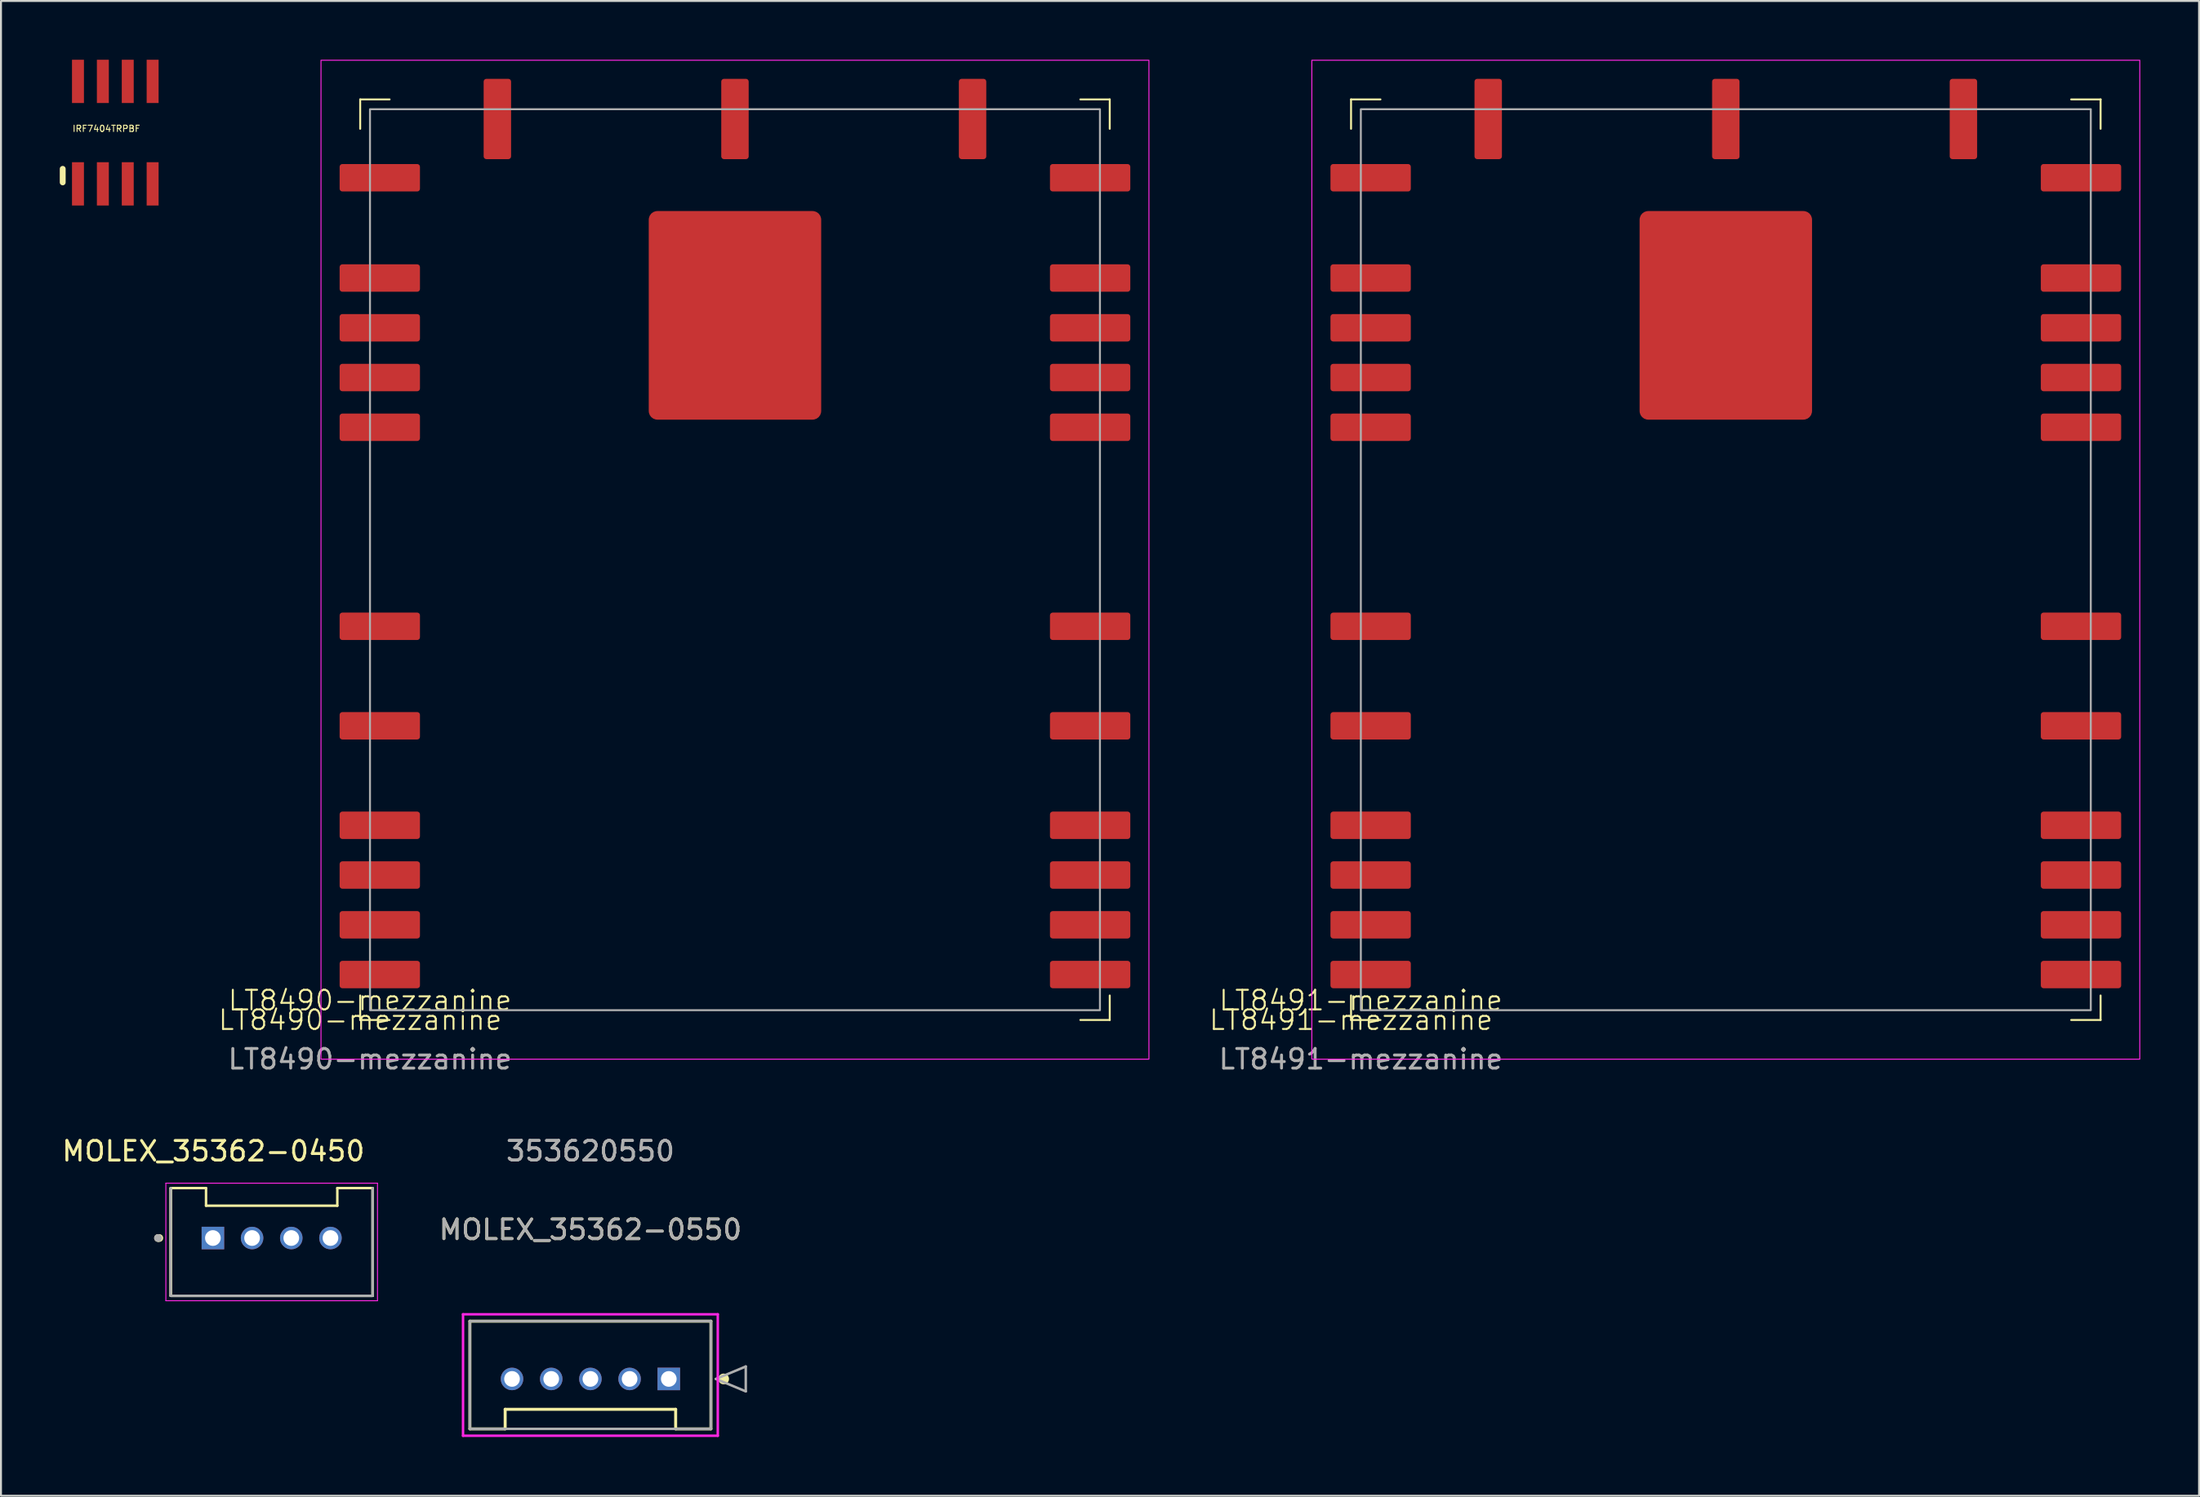
<source format=kicad_pcb>
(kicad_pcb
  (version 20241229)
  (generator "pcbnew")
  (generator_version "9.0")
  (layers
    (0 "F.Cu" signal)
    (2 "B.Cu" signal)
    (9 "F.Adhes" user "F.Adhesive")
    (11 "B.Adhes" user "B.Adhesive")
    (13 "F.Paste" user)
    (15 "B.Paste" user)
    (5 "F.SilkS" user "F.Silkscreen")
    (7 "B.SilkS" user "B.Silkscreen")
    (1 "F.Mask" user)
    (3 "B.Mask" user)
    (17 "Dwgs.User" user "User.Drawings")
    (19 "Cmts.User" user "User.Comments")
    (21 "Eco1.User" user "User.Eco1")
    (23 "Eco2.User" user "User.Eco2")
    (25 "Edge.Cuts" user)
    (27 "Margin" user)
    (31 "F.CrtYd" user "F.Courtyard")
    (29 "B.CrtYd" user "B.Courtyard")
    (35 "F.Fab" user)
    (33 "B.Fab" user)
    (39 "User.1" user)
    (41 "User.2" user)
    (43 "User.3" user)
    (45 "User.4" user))
  (footprint "MOLEX_35362-0450"
    (layer "F.Cu")
    (at 10.814 60.157)
    (property "Reference" "MOLEX_35362-0450" (at -2.975 -4.435 0) (layer "F.SilkS") (effects (font (size 1 1) (thickness 0.15))))
    (attr through_hole)
    (fp_line (start -5.15 2.95) (end -5.15 -2.55) (stroke (width 0.127) (type solid)) (layer "F.SilkS"))
    (fp_line (start -5.15 2.95) (end -5.15 -2.55) (stroke (width 0.127) (type solid)) (layer "F.SilkS"))
    (fp_line (start -3.35 -2.55) (end -5.15 -2.55) (stroke (width 0.127) (type solid)) (layer "F.SilkS"))
    (fp_line (start -3.35 -1.65) (end -3.35 -2.55) (stroke (width 0.127) (type solid)) (layer "F.SilkS"))
    (fp_line (start 3.35 -2.55) (end 3.35 -1.65) (stroke (width 0.127) (type solid)) (layer "F.SilkS"))
    (fp_line (start 3.35 -1.65) (end -3.35 -1.65) (stroke (width 0.127) (type solid)) (layer "F.SilkS"))
    (fp_line (start 5.15 -2.55) (end 3.35 -2.55) (stroke (width 0.127) (type solid)) (layer "F.SilkS"))
    (fp_line (start 5.15 -2.55) (end 5.15 2.95) (stroke (width 0.127) (type solid)) (layer "F.SilkS"))
    (fp_line (start 5.15 2.95) (end -5.15 2.95) (stroke (width 0.127) (type solid)) (layer "F.SilkS"))
    (fp_line (start 5.15 2.95) (end -5.15 2.95) (stroke (width 0.127) (type solid)) (layer "F.SilkS"))
    (fp_circle (center -5.8 0) (end -5.7 0) (stroke (width 0.2) (type solid)) (fill no) (layer "F.SilkS"))
    (fp_circle (center -5.736 0) (end -5.836 0) (stroke (width 0.2) (type solid)) (fill no) (layer "F.SilkS"))
    (fp_line (start -5.4 -2.8) (end 5.4 -2.8) (stroke (width 0.05) (type solid)) (layer "F.CrtYd"))
    (fp_line (start -5.4 3.2) (end -5.4 -2.8) (stroke (width 0.05) (type solid)) (layer "F.CrtYd"))
    (fp_line (start 5.4 -2.8) (end 5.4 3.2) (stroke (width 0.05) (type solid)) (layer "F.CrtYd"))
    (fp_line (start 5.4 3.2) (end -5.4 3.2) (stroke (width 0.05) (type solid)) (layer "F.CrtYd"))
    (fp_line (start -5.15 2.95) (end -5.15 -2.55) (stroke (width 0.127) (type solid)) (layer "F.Fab"))
    (fp_line (start 5.15 -2.55) (end 5.15 2.95) (stroke (width 0.127) (type solid)) (layer "F.Fab"))
    (fp_line (start 5.15 2.95) (end -5.15 2.95) (stroke (width 0.127) (type solid)) (layer "F.Fab"))
    (fp_circle (center -5.8 0) (end -5.7 0) (stroke (width 0.2) (type solid)) (fill no) (layer "F.Fab"))
    (pad "1" thru_hole rect (at -3 0) (size 1.15 1.15) (drill 0.8) (layers "*.Cu" "*.Mask"))
    (pad "2" thru_hole circle (at -1 0) (size 1.15 1.15) (drill 0.8) (layers "*.Cu" "*.Mask"))
    (pad "3" thru_hole circle (at 1 0) (size 1.15 1.15) (drill 0.8) (layers "*.Cu" "*.Mask"))
    (pad "4" thru_hole circle (at 3 0) (size 1.15 1.15) (drill 0.8) (layers "*.Cu" "*.Mask")))
  (footprint "LT8490-mezzanine"
    (layer "F.Cu")
    (at 15.831 48.525)
    (property "Reference" "LT8490-mezzanine" (at 0 -0.5 0) (unlocked yes) (layer "F.SilkS") (effects (font (size 1 1) (thickness 0.1))))
    (attr smd)
    (fp_line (start -0.5 -46.5) (end -0.5 -45) (stroke (width 0.1) (type default)) (layer "F.SilkS"))
    (fp_line (start -0.5 -46.5) (end 1 -46.5) (stroke (width 0.1) (type default)) (layer "F.SilkS"))
    (fp_line (start -0.5 0.5) (end -0.5 -0.75) (stroke (width 0.1) (type default)) (layer "F.SilkS"))
    (fp_line (start -0.5 0.5) (end 1 0.5) (stroke (width 0.1) (type default)) (layer "F.SilkS"))
    (fp_line (start 37.75 -46.5) (end 36.25 -46.5) (stroke (width 0.1) (type default)) (layer "F.SilkS"))
    (fp_line (start 37.75 -46.5) (end 37.75 -45) (stroke (width 0.1) (type default)) (layer "F.SilkS"))
    (fp_line (start 37.75 0.5) (end 36.25 0.5) (stroke (width 0.1) (type default)) (layer "F.SilkS"))
    (fp_line (start 37.75 0.5) (end 37.75 -0.75) (stroke (width 0.1) (type default)) (layer "F.SilkS"))
    (fp_rect (start -2.5 -48.5) (end 39.75 2.5) (stroke (width 0.05) (type default)) (fill no) (layer "F.CrtYd"))
    (fp_rect (start 0 -46) (end 37.25 0) (stroke (width 0.1) (type default)) (fill no) (layer "F.Fab"))
    (fp_text user "${REFERENCE}" (at -0.5 0.5 0) (unlocked yes) (layer "F.SilkS") (effects (font (size 1 1) (thickness 0.1))))
    (fp_text user "${REFERENCE}" (at 0 2.5 0) (unlocked yes) (layer "F.Fab") (effects (font (size 1 1) (thickness 0.15))))
    (pad "1" smd roundrect (at 0.5 -42.5) (size 4.1 1.4) (layers "F.Cu" "F.Mask" "F.Paste") (roundrect_rratio 0.1))
    (pad "2" smd roundrect (at 0.5 -37.38) (size 4.1 1.4) (layers "F.Cu" "F.Mask" "F.Paste") (roundrect_rratio 0.1))
    (pad "3" smd roundrect (at 0.5 -34.84) (size 4.1 1.4) (layers "F.Cu" "F.Mask" "F.Paste") (roundrect_rratio 0.1))
    (pad "4" smd roundrect (at 0.5 -32.3) (size 4.1 1.4) (layers "F.Cu" "F.Mask" "F.Paste") (roundrect_rratio 0.1))
    (pad "5" smd roundrect (at 0.5 -29.76) (size 4.1 1.4) (layers "F.Cu" "F.Mask" "F.Paste") (roundrect_rratio 0.1))
    (pad "6" smd roundrect (at 0.5 -19.6) (size 4.1 1.4) (layers "F.Cu" "F.Mask" "F.Paste") (roundrect_rratio 0.1))
    (pad "7" smd roundrect (at 0.5 -14.52) (size 4.1 1.4) (layers "F.Cu" "F.Mask" "F.Paste") (roundrect_rratio 0.1))
    (pad "8" smd roundrect (at 0.5 -9.44) (size 4.1 1.4) (layers "F.Cu" "F.Mask" "F.Paste") (roundrect_rratio 0.1))
    (pad "9" smd roundrect (at 0.5 -6.9) (size 4.1 1.4) (layers "F.Cu" "F.Mask" "F.Paste") (roundrect_rratio 0.1))
    (pad "10" smd roundrect (at 0.5 -4.36) (size 4.1 1.4) (layers "F.Cu" "F.Mask" "F.Paste") (roundrect_rratio 0.1))
    (pad "11" smd roundrect (at 0.5 -1.82) (size 4.1 1.4) (layers "F.Cu" "F.Mask" "F.Paste") (roundrect_rratio 0.1))
    (pad "12" smd roundrect (at 36.75 -1.82) (size 4.1 1.4) (layers "F.Cu" "F.Mask" "F.Paste") (roundrect_rratio 0.1))
    (pad "13" smd roundrect (at 36.75 -4.36) (size 4.1 1.4) (layers "F.Cu" "F.Mask" "F.Paste") (roundrect_rratio 0.1))
    (pad "14" smd roundrect (at 36.75 -6.9) (size 4.1 1.4) (layers "F.Cu" "F.Mask" "F.Paste") (roundrect_rratio 0.1))
    (pad "15" smd roundrect (at 36.75 -9.44) (size 4.1 1.4) (layers "F.Cu" "F.Mask" "F.Paste") (roundrect_rratio 0.1))
    (pad "16" smd roundrect (at 36.75 -14.52) (size 4.1 1.4) (layers "F.Cu" "F.Mask" "F.Paste") (roundrect_rratio 0.1))
    (pad "17" smd roundrect (at 36.75 -19.6) (size 4.1 1.4) (layers "F.Cu" "F.Mask" "F.Paste") (roundrect_rratio 0.1))
    (pad "18" smd roundrect (at 36.75 -29.76) (size 4.1 1.4) (layers "F.Cu" "F.Mask" "F.Paste") (roundrect_rratio 0.1))
    (pad "19" smd roundrect (at 36.75 -32.3) (size 4.1 1.4) (layers "F.Cu" "F.Mask" "F.Paste") (roundrect_rratio 0.1))
    (pad "20" smd roundrect (at 36.75 -34.84) (size 4.1 1.4) (layers "F.Cu" "F.Mask" "F.Paste") (roundrect_rratio 0.1))
    (pad "21" smd roundrect (at 36.75 -37.38) (size 4.1 1.4) (layers "F.Cu" "F.Mask" "F.Paste") (roundrect_rratio 0.1))
    (pad "22" smd roundrect (at 36.75 -42.5) (size 4.1 1.4) (layers "F.Cu" "F.Mask" "F.Paste") (roundrect_rratio 0.1))
    (pad "23" smd roundrect (at 30.75 -45.5 90) (size 4.1 1.4) (layers "F.Cu" "F.Mask" "F.Paste") (roundrect_rratio 0.1))
    (pad "24" smd roundrect (at 18.625 -45.5 90) (size 4.1 1.4) (layers "F.Cu" "F.Mask" "F.Paste") (roundrect_rratio 0.1))
    (pad "25" smd roundrect (at 6.5 -45.5 90) (size 4.1 1.4) (layers "F.Cu" "F.Mask" "F.Paste") (roundrect_rratio 0.1))
    (pad "26" smd roundrect (at 18.625 -35.475) (size 8.8 10.65) (property pad_prop_heatsink) (layers "F.Cu" "F.Mask" "F.Paste") (roundrect_rratio 0.05)))
  (footprint "IRF7404TRPBF"
    (layer "F.Cu")
    (at 2.834 3.721)
    (property "Reference" "IRF7404TRPBF" (at -0.457 -0.203 0) (layer "F.SilkS") (effects (font (size 0.32 0.32) (thickness 0.05))))
    (attr smd)
    (fp_line (start -2.684 1.85) (end -2.684 2.54) (stroke (width 0.3) (type solid)) (layer "F.SilkS"))
    (fp_poly (pts (xy -2.087 1.854) (xy -1.727 1.854) (xy -1.727 2.876) (xy -2.087 2.876)) (stroke (width 0.1) (type solid)) (fill no) (layer "Eco2.User"))
    (fp_poly (pts (xy -2.084 -2.87) (xy -1.727 -2.87) (xy -1.727 -1.855) (xy -2.084 -1.855)) (stroke (width 0.1) (type solid)) (fill no) (layer "Eco2.User"))
    (fp_poly (pts (xy -0.813 -2.87) (xy -0.457 -2.87) (xy -0.457 -1.855) (xy -0.813 -1.855)) (stroke (width 0.1) (type solid)) (fill no) (layer "Eco2.User"))
    (fp_poly (pts (xy -0.813 1.854) (xy -0.457 1.854) (xy -0.457 2.872) (xy -0.813 2.872)) (stroke (width 0.1) (type solid)) (fill no) (layer "Eco2.User"))
    (fp_poly (pts (xy 0.457 -2.87) (xy 0.813 -2.87) (xy 0.813 -1.855) (xy 0.457 -1.855)) (stroke (width 0.1) (type solid)) (fill no) (layer "Eco2.User"))
    (fp_poly (pts (xy 0.458 1.854) (xy 0.813 1.854) (xy 0.813 2.872) (xy 0.458 2.872)) (stroke (width 0.1) (type solid)) (fill no) (layer "Eco2.User"))
    (fp_poly (pts (xy 1.728 1.854) (xy 2.083 1.854) (xy 2.083 2.871) (xy 1.728 2.871)) (stroke (width 0.1) (type solid)) (fill no) (layer "Eco2.User"))
    (fp_poly (pts (xy 1.73 -2.87) (xy 2.083 -2.87) (xy 2.083 -1.857) (xy 1.73 -1.857)) (stroke (width 0.1) (type solid)) (fill no) (layer "Eco2.User"))
    (pad "1" smd rect (at -1.905 2.616) (size 0.61 2.21) (layers "F.Cu" "F.Mask" "F.Paste"))
    (pad "2" smd rect (at -0.635 2.616) (size 0.61 2.21) (layers "F.Cu" "F.Mask" "F.Paste"))
    (pad "3" smd rect (at 0.635 2.616) (size 0.61 2.21) (layers "F.Cu" "F.Mask" "F.Paste"))
    (pad "4" smd rect (at 1.905 2.616) (size 0.61 2.21) (layers "F.Cu" "F.Mask" "F.Paste"))
    (pad "5" smd rect (at 1.905 -2.616) (size 0.61 2.21) (layers "F.Cu" "F.Mask" "F.Paste"))
    (pad "6" smd rect (at 0.635 -2.616) (size 0.61 2.21) (layers "F.Cu" "F.Mask" "F.Paste"))
    (pad "7" smd rect (at -0.635 -2.616) (size 0.61 2.21) (layers "F.Cu" "F.Mask" "F.Paste"))
    (pad "8" smd rect (at -1.905 -2.616) (size 0.61 2.21) (layers "F.Cu" "F.Mask" "F.Paste")))
  (footprint "LT8491-mezzanine"
    (layer "F.Cu")
    (at 66.395 48.525)
    (property "Reference" "LT8491-mezzanine" (at 0 -0.5 0) (unlocked yes) (layer "F.SilkS") (effects (font (size 1 1) (thickness 0.1))))
    (attr smd)
    (fp_line (start -0.5 -46.5) (end -0.5 -45) (stroke (width 0.1) (type default)) (layer "F.SilkS"))
    (fp_line (start -0.5 -46.5) (end 1 -46.5) (stroke (width 0.1) (type default)) (layer "F.SilkS"))
    (fp_line (start -0.5 0.5) (end -0.5 -0.75) (stroke (width 0.1) (type default)) (layer "F.SilkS"))
    (fp_line (start -0.5 0.5) (end 1 0.5) (stroke (width 0.1) (type default)) (layer "F.SilkS"))
    (fp_line (start 37.75 -46.5) (end 36.25 -46.5) (stroke (width 0.1) (type default)) (layer "F.SilkS"))
    (fp_line (start 37.75 -46.5) (end 37.75 -45) (stroke (width 0.1) (type default)) (layer "F.SilkS"))
    (fp_line (start 37.75 0.5) (end 36.25 0.5) (stroke (width 0.1) (type default)) (layer "F.SilkS"))
    (fp_line (start 37.75 0.5) (end 37.75 -0.75) (stroke (width 0.1) (type default)) (layer "F.SilkS"))
    (fp_rect (start -2.5 -48.5) (end 39.75 2.5) (stroke (width 0.05) (type default)) (fill no) (layer "F.CrtYd"))
    (fp_rect (start 0 -46) (end 37.25 0) (stroke (width 0.1) (type default)) (fill no) (layer "F.Fab"))
    (fp_text user "${REFERENCE}" (at -0.5 0.5 0) (unlocked yes) (layer "F.SilkS") (effects (font (size 1 1) (thickness 0.1))))
    (fp_text user "${REFERENCE}" (at 0 2.5 0) (unlocked yes) (layer "F.Fab") (effects (font (size 1 1) (thickness 0.15))))
    (pad "1" smd roundrect (at 0.5 -42.5) (size 4.1 1.4) (layers "F.Cu" "F.Mask" "F.Paste") (roundrect_rratio 0.1))
    (pad "2" smd roundrect (at 0.5 -37.38) (size 4.1 1.4) (layers "F.Cu" "F.Mask" "F.Paste") (roundrect_rratio 0.1))
    (pad "3" smd roundrect (at 0.5 -34.84) (size 4.1 1.4) (layers "F.Cu" "F.Mask" "F.Paste") (roundrect_rratio 0.1))
    (pad "4" smd roundrect (at 0.5 -32.3) (size 4.1 1.4) (layers "F.Cu" "F.Mask" "F.Paste") (roundrect_rratio 0.1))
    (pad "5" smd roundrect (at 0.5 -29.76) (size 4.1 1.4) (layers "F.Cu" "F.Mask" "F.Paste") (roundrect_rratio 0.1))
    (pad "6" smd roundrect (at 0.5 -19.6) (size 4.1 1.4) (layers "F.Cu" "F.Mask" "F.Paste") (roundrect_rratio 0.1))
    (pad "7" smd roundrect (at 0.5 -14.52) (size 4.1 1.4) (layers "F.Cu" "F.Mask" "F.Paste") (roundrect_rratio 0.1))
    (pad "8" smd roundrect (at 0.5 -9.44) (size 4.1 1.4) (layers "F.Cu" "F.Mask" "F.Paste") (roundrect_rratio 0.1))
    (pad "9" smd roundrect (at 0.5 -6.9) (size 4.1 1.4) (layers "F.Cu" "F.Mask" "F.Paste") (roundrect_rratio 0.1))
    (pad "10" smd roundrect (at 0.5 -4.36) (size 4.1 1.4) (layers "F.Cu" "F.Mask" "F.Paste") (roundrect_rratio 0.1))
    (pad "11" smd roundrect (at 0.5 -1.82) (size 4.1 1.4) (layers "F.Cu" "F.Mask" "F.Paste") (roundrect_rratio 0.1))
    (pad "12" smd roundrect (at 36.75 -1.82) (size 4.1 1.4) (layers "F.Cu" "F.Mask" "F.Paste") (roundrect_rratio 0.1))
    (pad "13" smd roundrect (at 36.75 -4.36) (size 4.1 1.4) (layers "F.Cu" "F.Mask" "F.Paste") (roundrect_rratio 0.1))
    (pad "14" smd roundrect (at 36.75 -6.9) (size 4.1 1.4) (layers "F.Cu" "F.Mask" "F.Paste") (roundrect_rratio 0.1))
    (pad "15" smd roundrect (at 36.75 -9.44) (size 4.1 1.4) (layers "F.Cu" "F.Mask" "F.Paste") (roundrect_rratio 0.1))
    (pad "16" smd roundrect (at 36.75 -14.52) (size 4.1 1.4) (layers "F.Cu" "F.Mask" "F.Paste") (roundrect_rratio 0.1))
    (pad "17" smd roundrect (at 36.75 -19.6) (size 4.1 1.4) (layers "F.Cu" "F.Mask" "F.Paste") (roundrect_rratio 0.1))
    (pad "18" smd roundrect (at 36.75 -29.76) (size 4.1 1.4) (layers "F.Cu" "F.Mask" "F.Paste") (roundrect_rratio 0.1))
    (pad "19" smd roundrect (at 36.75 -32.3) (size 4.1 1.4) (layers "F.Cu" "F.Mask" "F.Paste") (roundrect_rratio 0.1))
    (pad "20" smd roundrect (at 36.75 -34.84) (size 4.1 1.4) (layers "F.Cu" "F.Mask" "F.Paste") (roundrect_rratio 0.1))
    (pad "21" smd roundrect (at 36.75 -37.38) (size 4.1 1.4) (layers "F.Cu" "F.Mask" "F.Paste") (roundrect_rratio 0.1))
    (pad "22" smd roundrect (at 36.75 -42.5) (size 4.1 1.4) (layers "F.Cu" "F.Mask" "F.Paste") (roundrect_rratio 0.1))
    (pad "23" smd roundrect (at 30.75 -45.5 90) (size 4.1 1.4) (layers "F.Cu" "F.Mask" "F.Paste") (roundrect_rratio 0.1))
    (pad "24" smd roundrect (at 18.625 -45.5 90) (size 4.1 1.4) (layers "F.Cu" "F.Mask" "F.Paste") (roundrect_rratio 0.1))
    (pad "25" smd roundrect (at 6.5 -45.5 90) (size 4.1 1.4) (layers "F.Cu" "F.Mask" "F.Paste") (roundrect_rratio 0.1))
    (pad "26" smd roundrect (at 18.625 -35.475) (size 8.8 10.65) (property pad_prop_heatsink) (layers "F.Cu" "F.Mask" "F.Paste") (roundrect_rratio 0.05)))
  (footprint "MOLEX_35362-0550"
    (layer "F.Cu")
    (at 31.079 67.351)
    (property "Reference" "MOLEX_35362-0550" (at -4 -7.62 0) (unlocked yes) (layer "F.SilkS") (effects (font (size 1 1) (thickness 0.15))))
    (attr through_hole)
    (fp_line (start -10.15 -2.95) (end -10.15 2.55) (stroke (width 0.152) (type solid)) (layer "F.SilkS"))
    (fp_line (start -10.15 2.55) (end -8.35 2.55) (stroke (width 0.152) (type default)) (layer "F.SilkS"))
    (fp_line (start -8.35 1.55) (end 0.35 1.55) (stroke (width 0.152) (type default)) (layer "F.SilkS"))
    (fp_line (start -8.35 2.55) (end -8.35 1.55) (stroke (width 0.152) (type default)) (layer "F.SilkS"))
    (fp_line (start 0.35 2.55) (end 0.35 1.55) (stroke (width 0.152) (type default)) (layer "F.SilkS"))
    (fp_line (start 2.15 -2.95) (end -10.15 -2.95) (stroke (width 0.152) (type solid)) (layer "F.SilkS"))
    (fp_line (start 2.15 2.55) (end 0.35 2.55) (stroke (width 0.152) (type default)) (layer "F.SilkS"))
    (fp_line (start 2.15 2.55) (end 2.15 -2.95) (stroke (width 0.152) (type solid)) (layer "F.SilkS"))
    (fp_circle (center 2.8 0) (end 3.024 0) (stroke (width 0.1) (type solid)) (fill yes) (layer "F.SilkS"))
    (fp_line (start -10.5 -3.3) (end -10.5 2.9) (stroke (width 0.127) (type solid)) (layer "F.CrtYd"))
    (fp_line (start -10.5 2.9) (end 2.5 2.9) (stroke (width 0.127) (type solid)) (layer "F.CrtYd"))
    (fp_line (start 2.5 -3.3) (end -10.5 -3.3) (stroke (width 0.127) (type solid)) (layer "F.CrtYd"))
    (fp_line (start 2.5 2.9) (end 2.5 -3.3) (stroke (width 0.127) (type solid)) (layer "F.CrtYd"))
    (fp_line (start -10.15 -2.95) (end -10.15 2.55) (stroke (width 0.127) (type solid)) (layer "F.Fab"))
    (fp_line (start -10.15 2.55) (end 2.15 2.55) (stroke (width 0.127) (type solid)) (layer "F.Fab"))
    (fp_line (start 2.15 -2.95) (end -10.15 -2.95) (stroke (width 0.127) (type solid)) (layer "F.Fab"))
    (fp_line (start 2.15 2.55) (end 2.15 -2.95) (stroke (width 0.127) (type solid)) (layer "F.Fab"))
    (fp_line (start 2.404 0) (end 3.928 -0.635) (stroke (width 0.127) (type solid)) (layer "F.Fab"))
    (fp_line (start 3.928 -0.635) (end 3.928 0.635) (stroke (width 0.127) (type solid)) (layer "F.Fab"))
    (fp_line (start 3.928 0.635) (end 2.404 0) (stroke (width 0.127) (type solid)) (layer "F.Fab"))
    (fp_text user "353620550" (at -4 -11.63 0) (unlocked yes) (layer "F.Fab") (effects (font (size 1 1) (thickness 0.15))))
    (fp_text user "${REFERENCE}" (at -4 -7.62 0) (unlocked yes) (layer "F.Fab") (effects (font (size 1 1) (thickness 0.15))))
    (fp_text user "353620550" (at -4 -11.63 0) (unlocked yes) (layer "F.Fab") (effects (font (size 1 1) (thickness 0.15))))
    (pad "1" thru_hole rect (at 0 0) (size 1.15 1.15) (drill 0.8) (layers "*.Cu" "*.Mask"))
    (pad "2" thru_hole circle (at -2 0) (size 1.15 1.15) (drill 0.8) (layers "*.Cu" "*.Mask"))
    (pad "3" thru_hole circle (at -4 0) (size 1.15 1.15) (drill 0.8) (layers "*.Cu" "*.Mask"))
    (pad "4" thru_hole circle (at -6 0) (size 1.15 1.15) (drill 0.8) (layers "*.Cu" "*.Mask"))
    (pad "5" thru_hole circle (at -8 0) (size 1.15 1.15) (drill 0.8) (layers "*.Cu" "*.Mask")))
  (gr_rect
    (start -3 -3)
    (end 109.17 73.315)
    (stroke (width 0.1) (type default))
    (fill no)
    (layer "Edge.Cuts")))
</source>
